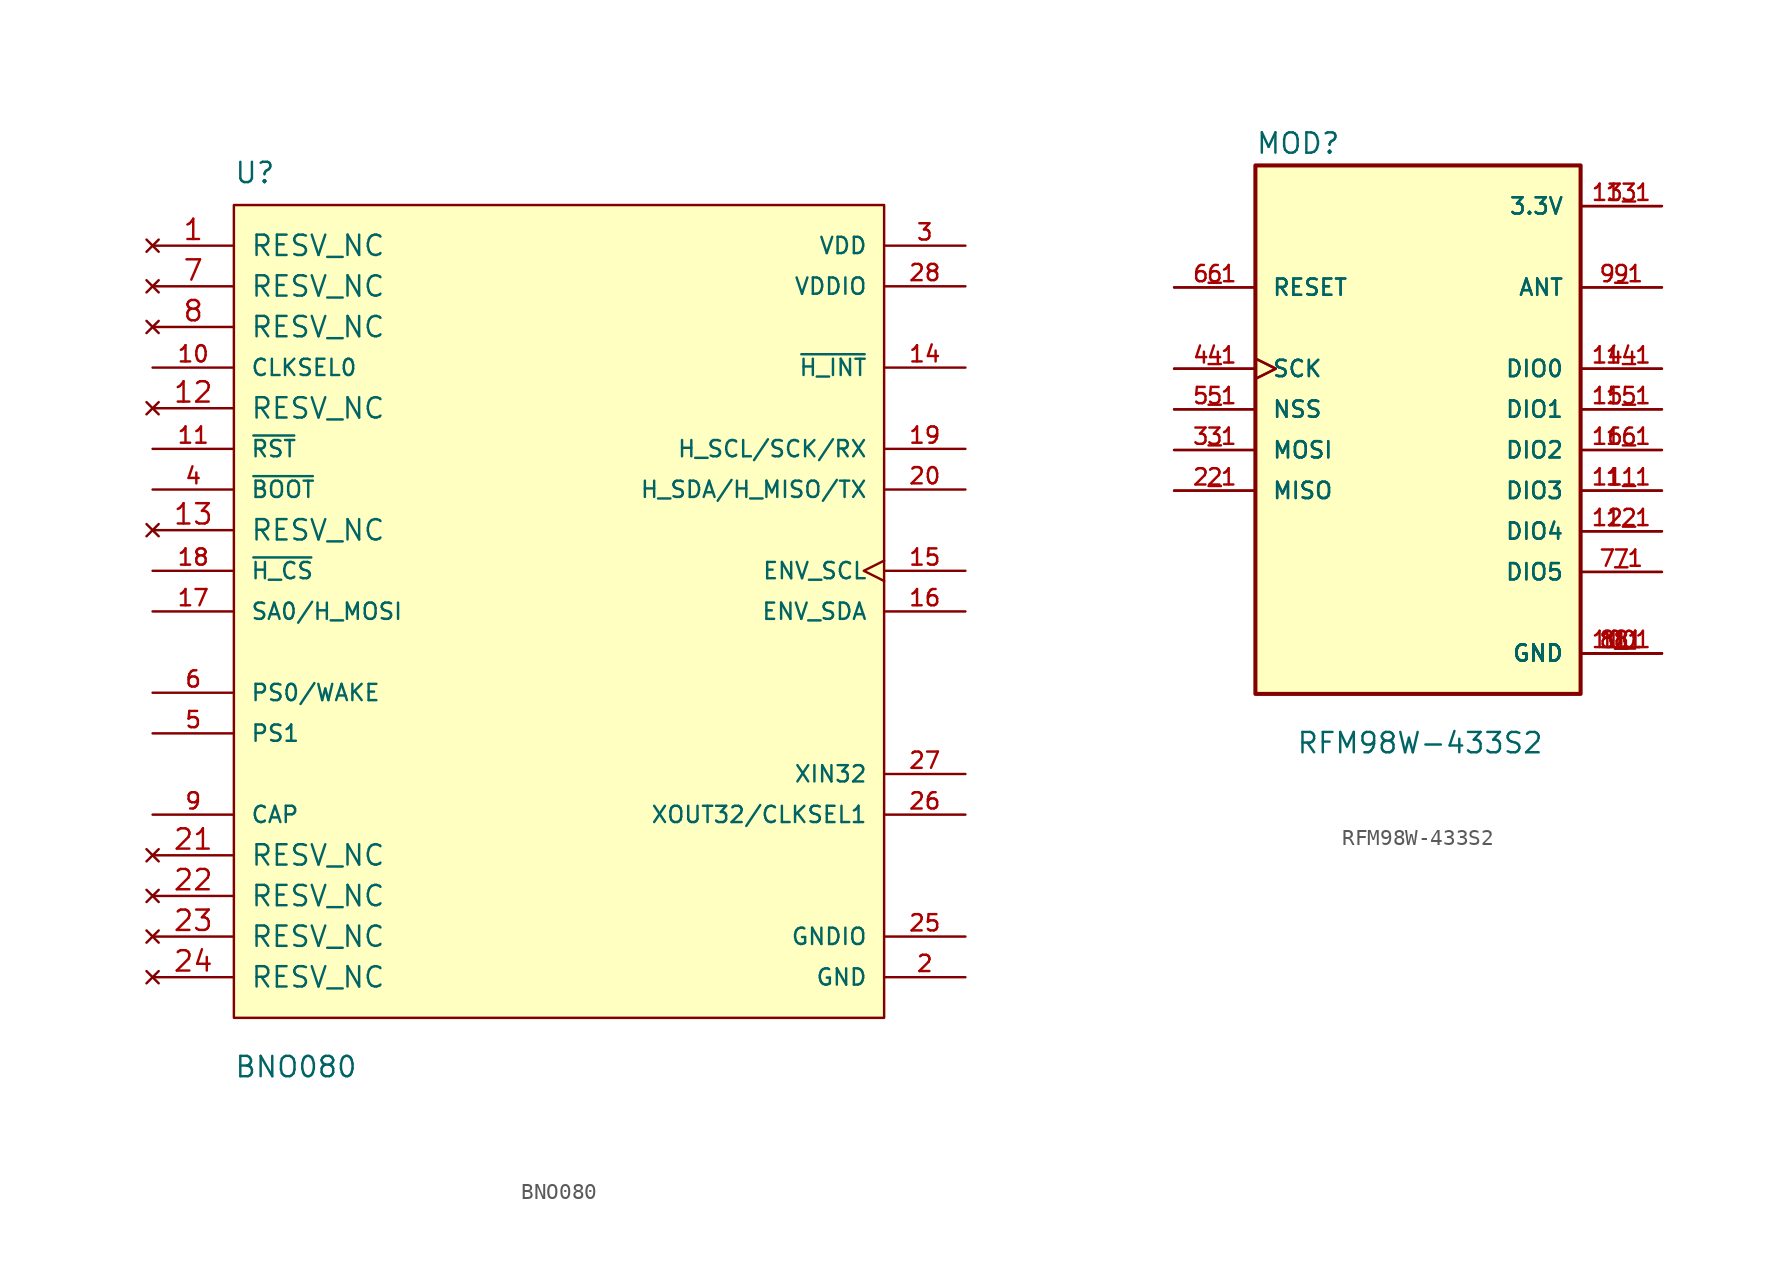
<source format=kicad_sym>
(kicad_symbol_lib
  (version 20211014)
  (generator kicad_symbol_editor)
  (symbol "BNO080"
    (pin_names
      (offset 1.016))
    (property "Reference" "U"
      (at -20.32 26.67 0)
      (effects (font (size 1.27 1.27)) (justify left bottom)))
    (property "Value" "BNO080"
      (at -20.32 -29.21 0)
      (effects (font (size 1.27 1.27)) (justify left bottom)))
    (property "ki_locked" ""
      (at 0 0 0)
      (effects (font (size 1.27 1.27))))
    (symbol "BNO080_0_0"
      (rectangle (start -20.32 -25.4) (end 20.32 25.4) (stroke (width 0.152) (type default) (color 0 0 0 0)) (fill (type background)))
      (pin input line (at -25.4 15.24 0) (length 5.08) (name "CLKSEL0" (effects (font (size 1.016 1.016)))) (number "10" (effects (font (size 1.016 1.016)))))
      (pin input line (at -25.4 10.16 0) (length 5.08) (name "~{RST}" (effects (font (size 1.016 1.016)))) (number "11" (effects (font (size 1.016 1.016)))))
      (pin output line (at 25.4 15.24 180) (length 5.08) (name "~{H_INT}" (effects (font (size 1.016 1.016)))) (number "14" (effects (font (size 1.016 1.016)))))
      (pin bidirectional clock (at 25.4 2.54 180) (length 5.08) (name "ENV_SCL" (effects (font (size 1.016 1.016)))) (number "15" (effects (font (size 1.016 1.016)))))
      (pin bidirectional line (at 25.4 0 180) (length 5.08) (name "ENV_SDA" (effects (font (size 1.016 1.016)))) (number "16" (effects (font (size 1.016 1.016)))))
      (pin input line (at -25.4 0 0) (length 5.08) (name "SA0/H_MOSI" (effects (font (size 1.016 1.016)))) (number "17" (effects (font (size 1.016 1.016)))))
      (pin input line (at -25.4 2.54 0) (length 5.08) (name "~{H_CS}" (effects (font (size 1.016 1.016)))) (number "18" (effects (font (size 1.016 1.016)))))
      (pin bidirectional line (at 25.4 10.16 180) (length 5.08) (name "H_SCL/SCK/RX" (effects (font (size 1.016 1.016)))) (number "19" (effects (font (size 1.016 1.016)))))
      (pin power_in line (at 25.4 -22.86 180) (length 5.08) (name "GND" (effects (font (size 1.016 1.016)))) (number "2" (effects (font (size 1.016 1.016)))))
      (pin bidirectional line (at 25.4 7.62 180) (length 5.08) (name "H_SDA/H_MISO/TX" (effects (font (size 1.016 1.016)))) (number "20" (effects (font (size 1.016 1.016)))))
      (pin power_in line (at 25.4 -20.32 180) (length 5.08) (name "GNDIO" (effects (font (size 1.016 1.016)))) (number "25" (effects (font (size 1.016 1.016)))))
      (pin output line (at 25.4 -12.7 180) (length 5.08) (name "XOUT32/CLKSEL1" (effects (font (size 1.016 1.016)))) (number "26" (effects (font (size 1.016 1.016)))))
      (pin input line (at 25.4 -10.16 180) (length 5.08) (name "XIN32" (effects (font (size 1.016 1.016)))) (number "27" (effects (font (size 1.016 1.016)))))
      (pin power_in line (at 25.4 20.32 180) (length 5.08) (name "VDDIO" (effects (font (size 1.016 1.016)))) (number "28" (effects (font (size 1.016 1.016)))))
      (pin power_in line (at 25.4 22.86 180) (length 5.08) (name "VDD" (effects (font (size 1.016 1.016)))) (number "3" (effects (font (size 1.016 1.016)))))
      (pin input line (at -25.4 7.62 0) (length 5.08) (name "~{BOOT}" (effects (font (size 1.016 1.016)))) (number "4" (effects (font (size 1.016 1.016)))))
      (pin input line (at -25.4 -7.62 0) (length 5.08) (name "PS1" (effects (font (size 1.016 1.016)))) (number "5" (effects (font (size 1.016 1.016)))))
      (pin input line (at -25.4 -5.08 0) (length 5.08) (name "PS0/WAKE" (effects (font (size 1.016 1.016)))) (number "6" (effects (font (size 1.016 1.016)))))
      (pin passive line (at -25.4 -12.7 0) (length 5.08) (name "CAP" (effects (font (size 1.016 1.016)))) (number "9" (effects (font (size 1.016 1.016))))))
    (symbol "BNO080_1_1"
      (pin no_connect line (at -25.4 22.86 0) (length 5.08) (name "RESV_NC" (effects (font (size 1.27 1.27)))) (number "1" (effects (font (size 1.27 1.27)))))
      (pin no_connect line (at -25.4 12.7 0) (length 5.08) (name "RESV_NC" (effects (font (size 1.27 1.27)))) (number "12" (effects (font (size 1.27 1.27)))))
      (pin no_connect line (at -25.4 5.08 0) (length 5.08) (name "RESV_NC" (effects (font (size 1.27 1.27)))) (number "13" (effects (font (size 1.27 1.27)))))
      (pin no_connect line (at -25.4 -15.24 0) (length 5.08) (name "RESV_NC" (effects (font (size 1.27 1.27)))) (number "21" (effects (font (size 1.27 1.27)))))
      (pin no_connect line (at -25.4 -17.78 0) (length 5.08) (name "RESV_NC" (effects (font (size 1.27 1.27)))) (number "22" (effects (font (size 1.27 1.27)))))
      (pin no_connect line (at -25.4 -20.32 0) (length 5.08) (name "RESV_NC" (effects (font (size 1.27 1.27)))) (number "23" (effects (font (size 1.27 1.27)))))
      (pin no_connect line (at -25.4 -22.86 0) (length 5.08) (name "RESV_NC" (effects (font (size 1.27 1.27)))) (number "24" (effects (font (size 1.27 1.27)))))
      (pin no_connect line (at -25.4 20.32 0) (length 5.08) (name "RESV_NC" (effects (font (size 1.27 1.27)))) (number "7" (effects (font (size 1.27 1.27)))))
      (pin no_connect line (at -25.4 17.78 0) (length 5.08) (name "RESV_NC" (effects (font (size 1.27 1.27)))) (number "8" (effects (font (size 1.27 1.27)))))))
  (symbol "RFM98W-433S2"
    (pin_names
      (offset 1.016))
    (property "Reference" "MOD"
      (at -10.16 18.415 0)
      (effects (font (size 1.27 1.27)) (justify left bottom)))
    (property "Value" "RFM98W-433S2"
      (at -7.62 -19.05 0)
      (effects (font (size 1.27 1.27)) (justify left bottom)))
    (property "ki_locked" ""
      (at 0 0 0)
      (effects (font (size 1.27 1.27))))
    (symbol "RFM98W-433S2_0_0"
      (rectangle (start -10.16 -15.24) (end 10.16 17.78) (stroke (width 0.254) (type default) (color 0 0 0 0)) (fill (type background)))
      (pin power_in line (at 15.24 -12.7 180) (length 5.08) (name "GND" (effects (font (size 1.016 1.016)))) (number "1" (effects (font (size 1.016 1.016)))))
      (pin power_in line (at 15.24 -12.7 180) (length 5.08) (name "GND" (effects (font (size 1.016 1.016)))) (number "10" (effects (font (size 1.016 1.016)))))
      (pin power_in line (at 15.24 -12.7 180) (length 5.08) (name "GND" (effects (font (size 1.016 1.016)))) (number "10_1" (effects (font (size 1.016 1.016)))))
      (pin bidirectional line (at 15.24 -2.54 180) (length 5.08) (name "DIO3" (effects (font (size 1.016 1.016)))) (number "11" (effects (font (size 1.016 1.016)))))
      (pin bidirectional line (at 15.24 -2.54 180) (length 5.08) (name "DIO3" (effects (font (size 1.016 1.016)))) (number "11_1" (effects (font (size 1.016 1.016)))))
      (pin bidirectional line (at 15.24 -5.08 180) (length 5.08) (name "DIO4" (effects (font (size 1.016 1.016)))) (number "12" (effects (font (size 1.016 1.016)))))
      (pin bidirectional line (at 15.24 -5.08 180) (length 5.08) (name "DIO4" (effects (font (size 1.016 1.016)))) (number "12_1" (effects (font (size 1.016 1.016)))))
      (pin power_in line (at 15.24 15.24 180) (length 5.08) (name "3.3V" (effects (font (size 1.016 1.016)))) (number "13" (effects (font (size 1.016 1.016)))))
      (pin power_in line (at 15.24 15.24 180) (length 5.08) (name "3.3V" (effects (font (size 1.016 1.016)))) (number "13_1" (effects (font (size 1.016 1.016)))))
      (pin bidirectional line (at 15.24 5.08 180) (length 5.08) (name "DIO0" (effects (font (size 1.016 1.016)))) (number "14" (effects (font (size 1.016 1.016)))))
      (pin bidirectional line (at 15.24 5.08 180) (length 5.08) (name "DIO0" (effects (font (size 1.016 1.016)))) (number "14_1" (effects (font (size 1.016 1.016)))))
      (pin bidirectional line (at 15.24 2.54 180) (length 5.08) (name "DIO1" (effects (font (size 1.016 1.016)))) (number "15" (effects (font (size 1.016 1.016)))))
      (pin bidirectional line (at 15.24 2.54 180) (length 5.08) (name "DIO1" (effects (font (size 1.016 1.016)))) (number "15_1" (effects (font (size 1.016 1.016)))))
      (pin bidirectional line (at 15.24 0 180) (length 5.08) (name "DIO2" (effects (font (size 1.016 1.016)))) (number "16" (effects (font (size 1.016 1.016)))))
      (pin bidirectional line (at 15.24 0 180) (length 5.08) (name "DIO2" (effects (font (size 1.016 1.016)))) (number "16_1" (effects (font (size 1.016 1.016)))))
      (pin power_in line (at 15.24 -12.7 180) (length 5.08) (name "GND" (effects (font (size 1.016 1.016)))) (number "1_1" (effects (font (size 1.016 1.016)))))
      (pin output line (at -15.24 -2.54 0) (length 5.08) (name "MISO" (effects (font (size 1.016 1.016)))) (number "2" (effects (font (size 1.016 1.016)))))
      (pin output line (at -15.24 -2.54 0) (length 5.08) (name "MISO" (effects (font (size 1.016 1.016)))) (number "2_1" (effects (font (size 1.016 1.016)))))
      (pin input line (at -15.24 0 0) (length 5.08) (name "MOSI" (effects (font (size 1.016 1.016)))) (number "3" (effects (font (size 1.016 1.016)))))
      (pin input line (at -15.24 0 0) (length 5.08) (name "MOSI" (effects (font (size 1.016 1.016)))) (number "3_1" (effects (font (size 1.016 1.016)))))
      (pin input clock (at -15.24 5.08 0) (length 5.08) (name "SCK" (effects (font (size 1.016 1.016)))) (number "4" (effects (font (size 1.016 1.016)))))
      (pin input clock (at -15.24 5.08 0) (length 5.08) (name "SCK" (effects (font (size 1.016 1.016)))) (number "4_1" (effects (font (size 1.016 1.016)))))
      (pin input line (at -15.24 2.54 0) (length 5.08) (name "NSS" (effects (font (size 1.016 1.016)))) (number "5" (effects (font (size 1.016 1.016)))))
      (pin input line (at -15.24 2.54 0) (length 5.08) (name "NSS" (effects (font (size 1.016 1.016)))) (number "5_1" (effects (font (size 1.016 1.016)))))
      (pin bidirectional line (at -15.24 10.16 0) (length 5.08) (name "RESET" (effects (font (size 1.016 1.016)))) (number "6" (effects (font (size 1.016 1.016)))))
      (pin bidirectional line (at -15.24 10.16 0) (length 5.08) (name "RESET" (effects (font (size 1.016 1.016)))) (number "6_1" (effects (font (size 1.016 1.016)))))
      (pin bidirectional line (at 15.24 -7.62 180) (length 5.08) (name "DIO5" (effects (font (size 1.016 1.016)))) (number "7" (effects (font (size 1.016 1.016)))))
      (pin bidirectional line (at 15.24 -7.62 180) (length 5.08) (name "DIO5" (effects (font (size 1.016 1.016)))) (number "7_1" (effects (font (size 1.016 1.016)))))
      (pin power_in line (at 15.24 -12.7 180) (length 5.08) (name "GND" (effects (font (size 1.016 1.016)))) (number "8" (effects (font (size 1.016 1.016)))))
      (pin power_in line (at 15.24 -12.7 180) (length 5.08) (name "GND" (effects (font (size 1.016 1.016)))) (number "8_1" (effects (font (size 1.016 1.016)))))
      (pin bidirectional line (at 15.24 10.16 180) (length 5.08) (name "ANT" (effects (font (size 1.016 1.016)))) (number "9" (effects (font (size 1.016 1.016)))))
      (pin bidirectional line (at 15.24 10.16 180) (length 5.08) (name "ANT" (effects (font (size 1.016 1.016)))) (number "9_1" (effects (font (size 1.016 1.016))))))))
</source>
